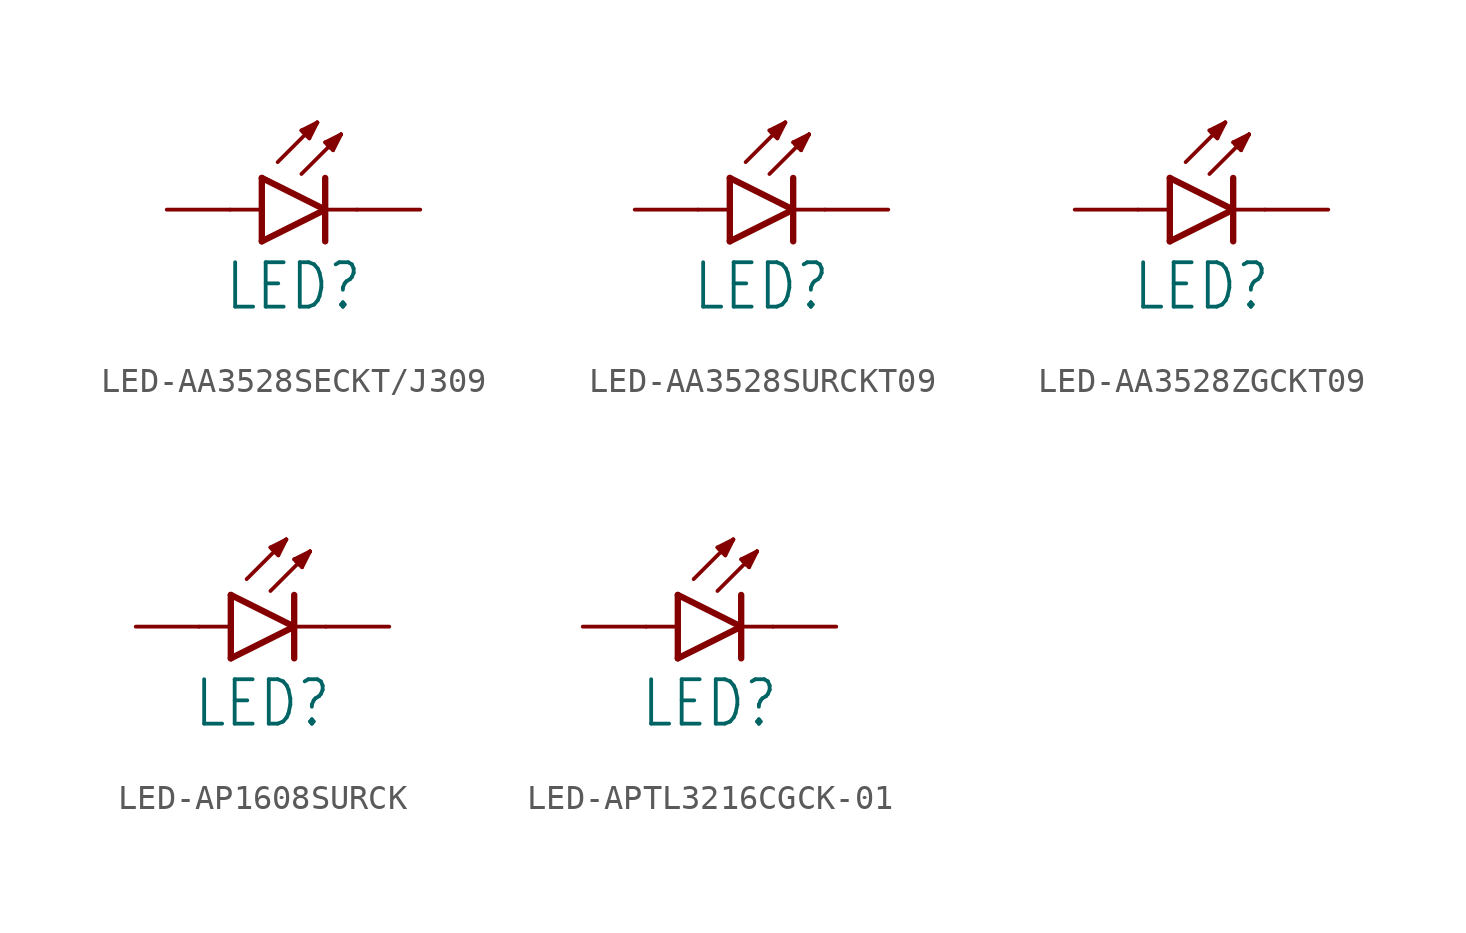
<source format=kicad_sym>
(kicad_symbol_lib
  (version 20231120)
  (generator "kicad_symbol_editor")
  (generator_version "8.0")
  (symbol "LED-AA3528SECKT/J309"
    (property "Reference" "LED"
      (at 0 -2.032 0)
      (effects (font (size 1.778 1.511)) (justify top)))
    (property "Value" ""
      (at 0 -4.572 0)
      (effects (font (size 1.778 1.511)) (justify top)))
    (property "ki_locked" ""
      (at 0 0 0)
      (effects (font (size 1.27 1.27))))
    (symbol "LED-AA3528SECKT/J309_1_0"
      (polyline (pts (xy -2.54 0) (xy -1.27 0)) (stroke (width 0.152) (type solid)) (fill (type none)))
      (polyline (pts (xy -1.27 -1.27) (xy 1.27 0)) (stroke (width 0.254) (type solid)) (fill (type none)))
      (polyline (pts (xy -1.27 0) (xy -1.27 -1.27)) (stroke (width 0.254) (type solid)) (fill (type none)))
      (polyline (pts (xy -1.27 1.27) (xy -1.27 0)) (stroke (width 0.254) (type solid)) (fill (type none)))
      (polyline (pts (xy -0.635 1.905) (xy 0.953 3.493)) (stroke (width 0.152) (type solid)) (fill (type none)))
      (polyline (pts (xy 0.318 1.429) (xy 1.905 3.016)) (stroke (width 0.152) (type solid)) (fill (type none)))
      (polyline (pts (xy 0.318 3.175) (xy 0.397 3.096)) (stroke (width 0.152) (type solid)) (fill (type none)))
      (polyline (pts (xy 0.397 3.096) (xy 0.556 2.937)) (stroke (width 0.152) (type solid)) (fill (type none)))
      (polyline (pts (xy 0.556 2.937) (xy 0.635 2.857)) (stroke (width 0.152) (type solid)) (fill (type none)))
      (polyline (pts (xy 0.635 2.857) (xy 0.953 3.493)) (stroke (width 0.152) (type solid)) (fill (type none)))
      (polyline (pts (xy 0.953 3.493) (xy 0.318 3.175)) (stroke (width 0.152) (type solid)) (fill (type none)))
      (polyline (pts (xy 0.953 3.493) (xy 0.397 3.096)) (stroke (width 0.152) (type solid)) (fill (type none)))
      (polyline (pts (xy 0.953 3.493) (xy 0.556 2.937)) (stroke (width 0.152) (type solid)) (fill (type none)))
      (polyline (pts (xy 1.27 0) (xy -1.27 1.27)) (stroke (width 0.254) (type solid)) (fill (type none)))
      (polyline (pts (xy 1.27 0) (xy 1.27 -1.27)) (stroke (width 0.254) (type solid)) (fill (type none)))
      (polyline (pts (xy 1.27 1.27) (xy 1.27 0)) (stroke (width 0.254) (type solid)) (fill (type none)))
      (polyline (pts (xy 1.27 2.699) (xy 1.349 2.619)) (stroke (width 0.152) (type solid)) (fill (type none)))
      (polyline (pts (xy 1.349 2.619) (xy 1.508 2.461)) (stroke (width 0.152) (type solid)) (fill (type none)))
      (polyline (pts (xy 1.508 2.461) (xy 1.587 2.381)) (stroke (width 0.152) (type solid)) (fill (type none)))
      (polyline (pts (xy 1.587 2.381) (xy 1.905 3.016)) (stroke (width 0.152) (type solid)) (fill (type none)))
      (polyline (pts (xy 1.905 3.016) (xy 1.27 2.699)) (stroke (width 0.152) (type solid)) (fill (type none)))
      (polyline (pts (xy 1.905 3.016) (xy 1.349 2.619)) (stroke (width 0.152) (type solid)) (fill (type none)))
      (polyline (pts (xy 1.905 3.016) (xy 1.508 2.461)) (stroke (width 0.152) (type solid)) (fill (type none)))
      (polyline (pts (xy 2.54 0) (xy 1.27 0)) (stroke (width 0.152) (type solid)) (fill (type none)))
      (pin passive line (at -5.08 0 0) (length 2.54) (name "A" (effects (font (size 0 0)))) (number "A" (effects (font (size 0 0)))))
      (pin passive line (at 5.08 0 180) (length 2.54) (name "C" (effects (font (size 0 0)))) (number "C" (effects (font (size 0 0)))))))
  (symbol "LED-AA3528SURCKT09"
    (property "Reference" "LED"
      (at 0 -2.032 0)
      (effects (font (size 1.778 1.511)) (justify top)))
    (property "Value" ""
      (at 0 -4.572 0)
      (effects (font (size 1.778 1.511)) (justify top)))
    (property "ki_locked" ""
      (at 0 0 0)
      (effects (font (size 1.27 1.27))))
    (symbol "LED-AA3528SURCKT09_1_0"
      (polyline (pts (xy -2.54 0) (xy -1.27 0)) (stroke (width 0.152) (type solid)) (fill (type none)))
      (polyline (pts (xy -1.27 -1.27) (xy 1.27 0)) (stroke (width 0.254) (type solid)) (fill (type none)))
      (polyline (pts (xy -1.27 0) (xy -1.27 -1.27)) (stroke (width 0.254) (type solid)) (fill (type none)))
      (polyline (pts (xy -1.27 1.27) (xy -1.27 0)) (stroke (width 0.254) (type solid)) (fill (type none)))
      (polyline (pts (xy -0.635 1.905) (xy 0.953 3.493)) (stroke (width 0.152) (type solid)) (fill (type none)))
      (polyline (pts (xy 0.318 1.429) (xy 1.905 3.016)) (stroke (width 0.152) (type solid)) (fill (type none)))
      (polyline (pts (xy 0.318 3.175) (xy 0.397 3.096)) (stroke (width 0.152) (type solid)) (fill (type none)))
      (polyline (pts (xy 0.397 3.096) (xy 0.556 2.937)) (stroke (width 0.152) (type solid)) (fill (type none)))
      (polyline (pts (xy 0.556 2.937) (xy 0.635 2.857)) (stroke (width 0.152) (type solid)) (fill (type none)))
      (polyline (pts (xy 0.635 2.857) (xy 0.953 3.493)) (stroke (width 0.152) (type solid)) (fill (type none)))
      (polyline (pts (xy 0.953 3.493) (xy 0.318 3.175)) (stroke (width 0.152) (type solid)) (fill (type none)))
      (polyline (pts (xy 0.953 3.493) (xy 0.397 3.096)) (stroke (width 0.152) (type solid)) (fill (type none)))
      (polyline (pts (xy 0.953 3.493) (xy 0.556 2.937)) (stroke (width 0.152) (type solid)) (fill (type none)))
      (polyline (pts (xy 1.27 0) (xy -1.27 1.27)) (stroke (width 0.254) (type solid)) (fill (type none)))
      (polyline (pts (xy 1.27 0) (xy 1.27 -1.27)) (stroke (width 0.254) (type solid)) (fill (type none)))
      (polyline (pts (xy 1.27 1.27) (xy 1.27 0)) (stroke (width 0.254) (type solid)) (fill (type none)))
      (polyline (pts (xy 1.27 2.699) (xy 1.349 2.619)) (stroke (width 0.152) (type solid)) (fill (type none)))
      (polyline (pts (xy 1.349 2.619) (xy 1.508 2.461)) (stroke (width 0.152) (type solid)) (fill (type none)))
      (polyline (pts (xy 1.508 2.461) (xy 1.587 2.381)) (stroke (width 0.152) (type solid)) (fill (type none)))
      (polyline (pts (xy 1.587 2.381) (xy 1.905 3.016)) (stroke (width 0.152) (type solid)) (fill (type none)))
      (polyline (pts (xy 1.905 3.016) (xy 1.27 2.699)) (stroke (width 0.152) (type solid)) (fill (type none)))
      (polyline (pts (xy 1.905 3.016) (xy 1.349 2.619)) (stroke (width 0.152) (type solid)) (fill (type none)))
      (polyline (pts (xy 1.905 3.016) (xy 1.508 2.461)) (stroke (width 0.152) (type solid)) (fill (type none)))
      (polyline (pts (xy 2.54 0) (xy 1.27 0)) (stroke (width 0.152) (type solid)) (fill (type none)))
      (pin passive line (at 5.08 0 180) (length 2.54) (name "C" (effects (font (size 0 0)))) (number "1" (effects (font (size 0 0)))))
      (pin passive line (at -5.08 0 0) (length 2.54) (name "A" (effects (font (size 0 0)))) (number "2" (effects (font (size 0 0)))))))
  (symbol "LED-AA3528ZGCKT09"
    (property "Reference" "LED"
      (at 0 -2.032 0)
      (effects (font (size 1.778 1.511)) (justify top)))
    (property "Value" ""
      (at 0 -4.572 0)
      (effects (font (size 1.778 1.511)) (justify top)))
    (property "ki_locked" ""
      (at 0 0 0)
      (effects (font (size 1.27 1.27))))
    (symbol "LED-AA3528ZGCKT09_1_0"
      (polyline (pts (xy -2.54 0) (xy -1.27 0)) (stroke (width 0.152) (type solid)) (fill (type none)))
      (polyline (pts (xy -1.27 -1.27) (xy 1.27 0)) (stroke (width 0.254) (type solid)) (fill (type none)))
      (polyline (pts (xy -1.27 0) (xy -1.27 -1.27)) (stroke (width 0.254) (type solid)) (fill (type none)))
      (polyline (pts (xy -1.27 1.27) (xy -1.27 0)) (stroke (width 0.254) (type solid)) (fill (type none)))
      (polyline (pts (xy -0.635 1.905) (xy 0.953 3.493)) (stroke (width 0.152) (type solid)) (fill (type none)))
      (polyline (pts (xy 0.318 1.429) (xy 1.905 3.016)) (stroke (width 0.152) (type solid)) (fill (type none)))
      (polyline (pts (xy 0.318 3.175) (xy 0.397 3.096)) (stroke (width 0.152) (type solid)) (fill (type none)))
      (polyline (pts (xy 0.397 3.096) (xy 0.556 2.937)) (stroke (width 0.152) (type solid)) (fill (type none)))
      (polyline (pts (xy 0.556 2.937) (xy 0.635 2.857)) (stroke (width 0.152) (type solid)) (fill (type none)))
      (polyline (pts (xy 0.635 2.857) (xy 0.953 3.493)) (stroke (width 0.152) (type solid)) (fill (type none)))
      (polyline (pts (xy 0.953 3.493) (xy 0.318 3.175)) (stroke (width 0.152) (type solid)) (fill (type none)))
      (polyline (pts (xy 0.953 3.493) (xy 0.397 3.096)) (stroke (width 0.152) (type solid)) (fill (type none)))
      (polyline (pts (xy 0.953 3.493) (xy 0.556 2.937)) (stroke (width 0.152) (type solid)) (fill (type none)))
      (polyline (pts (xy 1.27 0) (xy -1.27 1.27)) (stroke (width 0.254) (type solid)) (fill (type none)))
      (polyline (pts (xy 1.27 0) (xy 1.27 -1.27)) (stroke (width 0.254) (type solid)) (fill (type none)))
      (polyline (pts (xy 1.27 1.27) (xy 1.27 0)) (stroke (width 0.254) (type solid)) (fill (type none)))
      (polyline (pts (xy 1.27 2.699) (xy 1.349 2.619)) (stroke (width 0.152) (type solid)) (fill (type none)))
      (polyline (pts (xy 1.349 2.619) (xy 1.508 2.461)) (stroke (width 0.152) (type solid)) (fill (type none)))
      (polyline (pts (xy 1.508 2.461) (xy 1.587 2.381)) (stroke (width 0.152) (type solid)) (fill (type none)))
      (polyline (pts (xy 1.587 2.381) (xy 1.905 3.016)) (stroke (width 0.152) (type solid)) (fill (type none)))
      (polyline (pts (xy 1.905 3.016) (xy 1.27 2.699)) (stroke (width 0.152) (type solid)) (fill (type none)))
      (polyline (pts (xy 1.905 3.016) (xy 1.349 2.619)) (stroke (width 0.152) (type solid)) (fill (type none)))
      (polyline (pts (xy 1.905 3.016) (xy 1.508 2.461)) (stroke (width 0.152) (type solid)) (fill (type none)))
      (polyline (pts (xy 2.54 0) (xy 1.27 0)) (stroke (width 0.152) (type solid)) (fill (type none)))
      (pin passive line (at 5.08 0 180) (length 2.54) (name "C" (effects (font (size 0 0)))) (number "1" (effects (font (size 0 0)))))
      (pin passive line (at -5.08 0 0) (length 2.54) (name "A" (effects (font (size 0 0)))) (number "2" (effects (font (size 0 0)))))))
  (symbol "LED-AP1608SURCK"
    (property "Reference" "LED"
      (at 0 -2.032 0)
      (effects (font (size 1.778 1.511)) (justify top)))
    (property "Value" ""
      (at 0 -4.572 0)
      (effects (font (size 1.778 1.511)) (justify top)))
    (property "ki_locked" ""
      (at 0 0 0)
      (effects (font (size 1.27 1.27))))
    (symbol "LED-AP1608SURCK_1_0"
      (polyline (pts (xy -2.54 0) (xy -1.27 0)) (stroke (width 0.152) (type solid)) (fill (type none)))
      (polyline (pts (xy -1.27 -1.27) (xy 1.27 0)) (stroke (width 0.254) (type solid)) (fill (type none)))
      (polyline (pts (xy -1.27 0) (xy -1.27 -1.27)) (stroke (width 0.254) (type solid)) (fill (type none)))
      (polyline (pts (xy -1.27 1.27) (xy -1.27 0)) (stroke (width 0.254) (type solid)) (fill (type none)))
      (polyline (pts (xy -0.635 1.905) (xy 0.953 3.493)) (stroke (width 0.152) (type solid)) (fill (type none)))
      (polyline (pts (xy 0.318 1.429) (xy 1.905 3.016)) (stroke (width 0.152) (type solid)) (fill (type none)))
      (polyline (pts (xy 0.318 3.175) (xy 0.397 3.096)) (stroke (width 0.152) (type solid)) (fill (type none)))
      (polyline (pts (xy 0.397 3.096) (xy 0.556 2.937)) (stroke (width 0.152) (type solid)) (fill (type none)))
      (polyline (pts (xy 0.556 2.937) (xy 0.635 2.857)) (stroke (width 0.152) (type solid)) (fill (type none)))
      (polyline (pts (xy 0.635 2.857) (xy 0.953 3.493)) (stroke (width 0.152) (type solid)) (fill (type none)))
      (polyline (pts (xy 0.953 3.493) (xy 0.318 3.175)) (stroke (width 0.152) (type solid)) (fill (type none)))
      (polyline (pts (xy 0.953 3.493) (xy 0.397 3.096)) (stroke (width 0.152) (type solid)) (fill (type none)))
      (polyline (pts (xy 0.953 3.493) (xy 0.556 2.937)) (stroke (width 0.152) (type solid)) (fill (type none)))
      (polyline (pts (xy 1.27 0) (xy -1.27 1.27)) (stroke (width 0.254) (type solid)) (fill (type none)))
      (polyline (pts (xy 1.27 0) (xy 1.27 -1.27)) (stroke (width 0.254) (type solid)) (fill (type none)))
      (polyline (pts (xy 1.27 1.27) (xy 1.27 0)) (stroke (width 0.254) (type solid)) (fill (type none)))
      (polyline (pts (xy 1.27 2.699) (xy 1.349 2.619)) (stroke (width 0.152) (type solid)) (fill (type none)))
      (polyline (pts (xy 1.349 2.619) (xy 1.508 2.461)) (stroke (width 0.152) (type solid)) (fill (type none)))
      (polyline (pts (xy 1.508 2.461) (xy 1.587 2.381)) (stroke (width 0.152) (type solid)) (fill (type none)))
      (polyline (pts (xy 1.587 2.381) (xy 1.905 3.016)) (stroke (width 0.152) (type solid)) (fill (type none)))
      (polyline (pts (xy 1.905 3.016) (xy 1.27 2.699)) (stroke (width 0.152) (type solid)) (fill (type none)))
      (polyline (pts (xy 1.905 3.016) (xy 1.349 2.619)) (stroke (width 0.152) (type solid)) (fill (type none)))
      (polyline (pts (xy 1.905 3.016) (xy 1.508 2.461)) (stroke (width 0.152) (type solid)) (fill (type none)))
      (polyline (pts (xy 2.54 0) (xy 1.27 0)) (stroke (width 0.152) (type solid)) (fill (type none)))
      (pin passive line (at -5.08 0 0) (length 2.54) (name "A" (effects (font (size 0 0)))) (number "A" (effects (font (size 0 0)))))
      (pin passive line (at 5.08 0 180) (length 2.54) (name "C" (effects (font (size 0 0)))) (number "C" (effects (font (size 0 0)))))))
  (symbol "LED-APTL3216CGCK-01"
    (property "Reference" "LED"
      (at 0 -2.032 0)
      (effects (font (size 1.778 1.511)) (justify top)))
    (property "Value" ""
      (at 0 -4.572 0)
      (effects (font (size 1.778 1.511)) (justify top)))
    (property "ki_locked" ""
      (at 0 0 0)
      (effects (font (size 1.27 1.27))))
    (symbol "LED-APTL3216CGCK-01_1_0"
      (polyline (pts (xy -2.54 0) (xy -1.27 0)) (stroke (width 0.152) (type solid)) (fill (type none)))
      (polyline (pts (xy -1.27 -1.27) (xy 1.27 0)) (stroke (width 0.254) (type solid)) (fill (type none)))
      (polyline (pts (xy -1.27 0) (xy -1.27 -1.27)) (stroke (width 0.254) (type solid)) (fill (type none)))
      (polyline (pts (xy -1.27 1.27) (xy -1.27 0)) (stroke (width 0.254) (type solid)) (fill (type none)))
      (polyline (pts (xy -0.635 1.905) (xy 0.953 3.493)) (stroke (width 0.152) (type solid)) (fill (type none)))
      (polyline (pts (xy 0.318 1.429) (xy 1.905 3.016)) (stroke (width 0.152) (type solid)) (fill (type none)))
      (polyline (pts (xy 0.318 3.175) (xy 0.397 3.096)) (stroke (width 0.152) (type solid)) (fill (type none)))
      (polyline (pts (xy 0.397 3.096) (xy 0.556 2.937)) (stroke (width 0.152) (type solid)) (fill (type none)))
      (polyline (pts (xy 0.556 2.937) (xy 0.635 2.857)) (stroke (width 0.152) (type solid)) (fill (type none)))
      (polyline (pts (xy 0.635 2.857) (xy 0.953 3.493)) (stroke (width 0.152) (type solid)) (fill (type none)))
      (polyline (pts (xy 0.953 3.493) (xy 0.318 3.175)) (stroke (width 0.152) (type solid)) (fill (type none)))
      (polyline (pts (xy 0.953 3.493) (xy 0.397 3.096)) (stroke (width 0.152) (type solid)) (fill (type none)))
      (polyline (pts (xy 0.953 3.493) (xy 0.556 2.937)) (stroke (width 0.152) (type solid)) (fill (type none)))
      (polyline (pts (xy 1.27 0) (xy -1.27 1.27)) (stroke (width 0.254) (type solid)) (fill (type none)))
      (polyline (pts (xy 1.27 0) (xy 1.27 -1.27)) (stroke (width 0.254) (type solid)) (fill (type none)))
      (polyline (pts (xy 1.27 1.27) (xy 1.27 0)) (stroke (width 0.254) (type solid)) (fill (type none)))
      (polyline (pts (xy 1.27 2.699) (xy 1.349 2.619)) (stroke (width 0.152) (type solid)) (fill (type none)))
      (polyline (pts (xy 1.349 2.619) (xy 1.508 2.461)) (stroke (width 0.152) (type solid)) (fill (type none)))
      (polyline (pts (xy 1.508 2.461) (xy 1.587 2.381)) (stroke (width 0.152) (type solid)) (fill (type none)))
      (polyline (pts (xy 1.587 2.381) (xy 1.905 3.016)) (stroke (width 0.152) (type solid)) (fill (type none)))
      (polyline (pts (xy 1.905 3.016) (xy 1.27 2.699)) (stroke (width 0.152) (type solid)) (fill (type none)))
      (polyline (pts (xy 1.905 3.016) (xy 1.349 2.619)) (stroke (width 0.152) (type solid)) (fill (type none)))
      (polyline (pts (xy 1.905 3.016) (xy 1.508 2.461)) (stroke (width 0.152) (type solid)) (fill (type none)))
      (polyline (pts (xy 2.54 0) (xy 1.27 0)) (stroke (width 0.152) (type solid)) (fill (type none)))
      (pin passive line (at -5.08 0 0) (length 2.54) (name "A" (effects (font (size 0 0)))) (number "A" (effects (font (size 0 0)))))
      (pin passive line (at 5.08 0 180) (length 2.54) (name "C" (effects (font (size 0 0)))) (number "C" (effects (font (size 0 0))))))))
</source>
